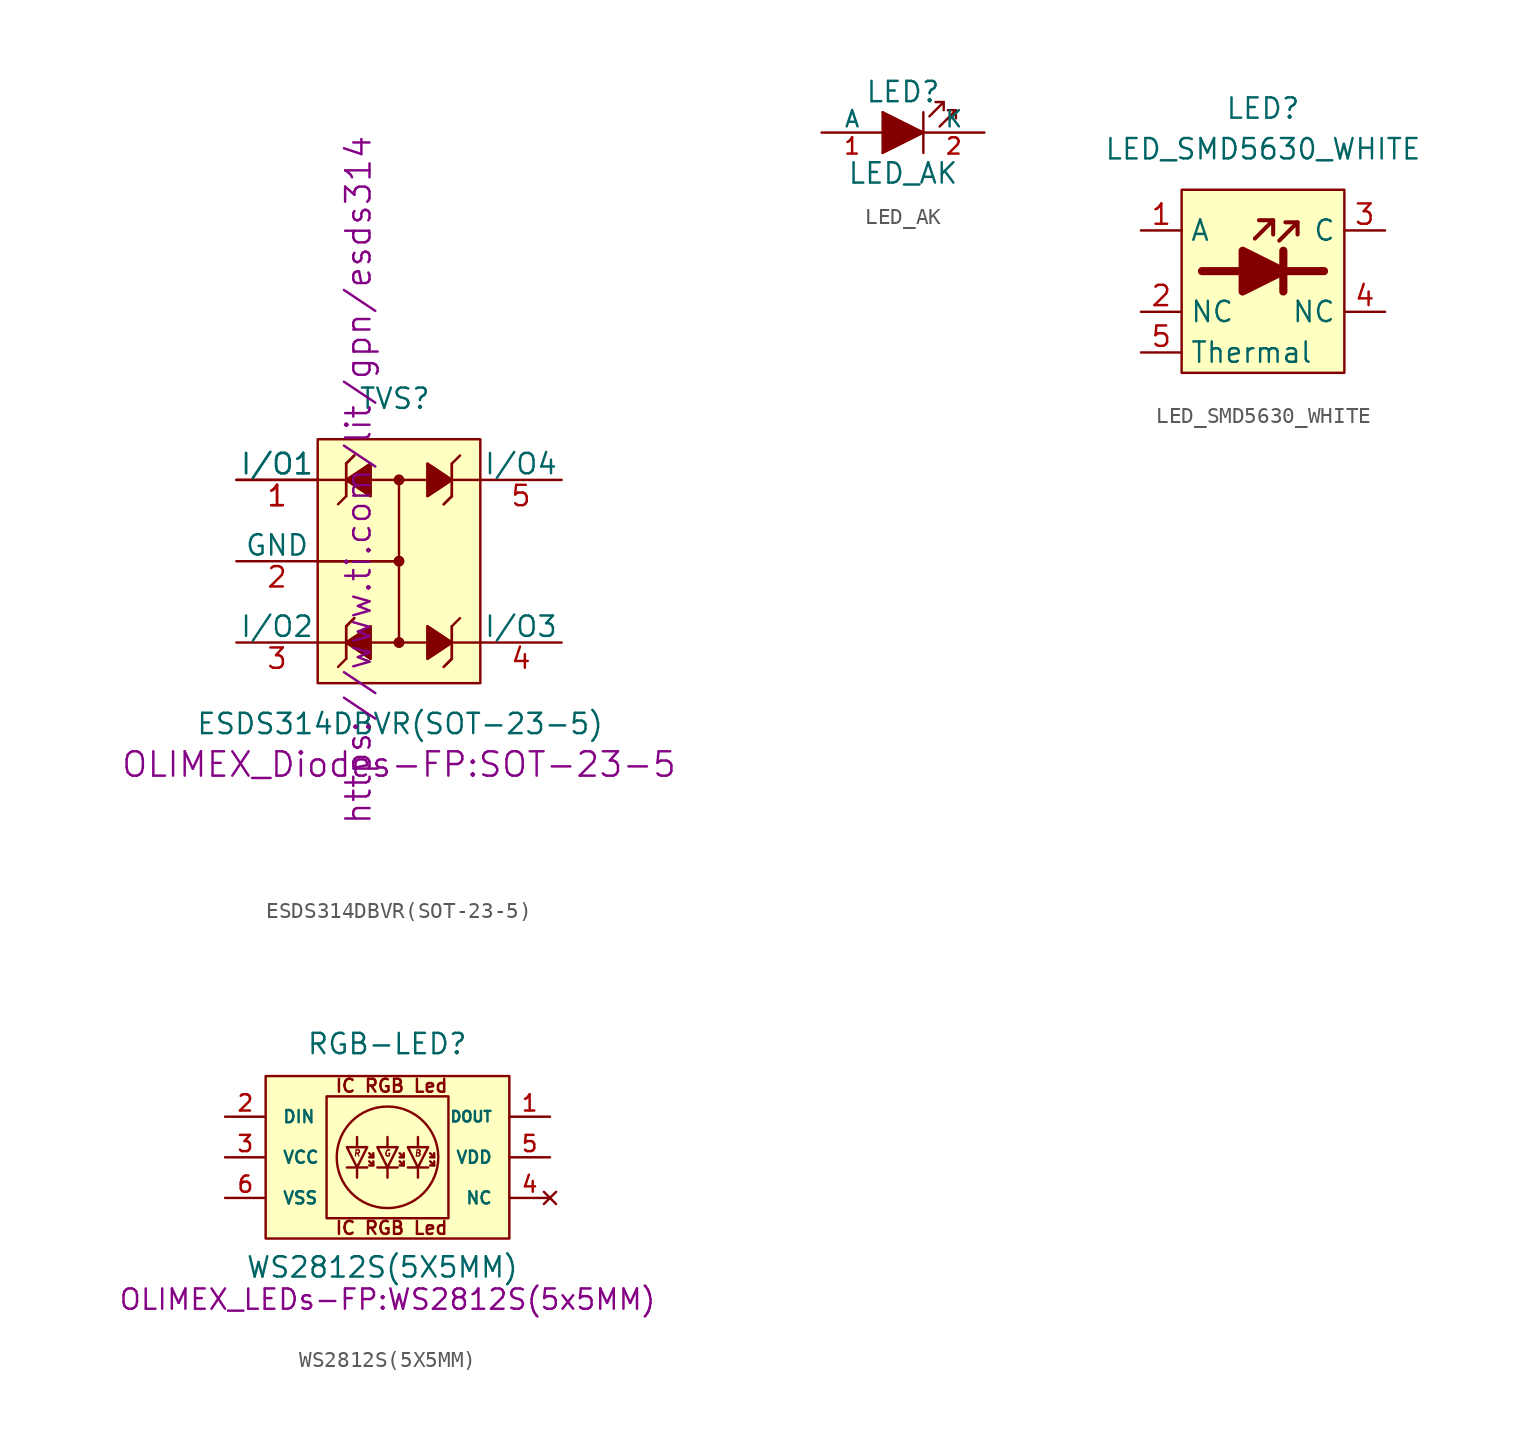
<source format=kicad_sym>
(kicad_symbol_lib
  (version 20211014)
  (generator kicad_symbol_editor)
  (symbol "ESDS314DBVR(SOT-23-5)"
    (pin_names
      (offset 0))
    (property "Reference" "TVS"
      (at -2.54 10.16 0)
      (effects (font (size 1.27 1.27)) (justify left)))
    (property "Value" "ESDS314DBVR(SOT-23-5)"
      (at -12.7 -10.16 0)
      (effects (font (size 1.27 1.27)) (justify left)))
    (property "Footprint" "OLIMEX_Diodes-FP:SOT-23-5"
      (at 0 -12.7 0)
      (effects (font (size 1.524 1.524))))
    (property "Datasheet" "https://www.ti.com/lit/gpn/esds314"
      (at -2.54 5.08 90)
      (effects (font (size 1.524 1.524))))
    (symbol "ESDS314DBVR(SOT-23-5)_0_1"
      (rectangle (start -5.08 7.62) (end 5.08 -7.62) (stroke (width 0) (type default) (color 0 0 0 0)) (fill (type background)))
      (circle (center 0 -5.08) (radius 0.254) (stroke (width 0) (type default) (color 0 0 0 0)) (fill (type outline)))
      (circle (center 0 -5.08) (radius 0.254) (stroke (width 0) (type default) (color 0 0 0 0)) (fill (type outline)))
      (polyline (pts (xy -5.08 5.08) (xy 5.08 5.08)) (stroke (width 0) (type default) (color 0 0 0 0)) (fill (type none)))
      (polyline (pts (xy -3.302 -6.096) (xy -3.81 -6.604)) (stroke (width 0) (type default) (color 0 0 0 0)) (fill (type none)))
      (polyline (pts (xy -3.302 -6.096) (xy -3.302 -4.064)) (stroke (width 0) (type default) (color 0 0 0 0)) (fill (type none)))
      (polyline (pts (xy -3.302 -6.096) (xy -3.302 -4.064)) (stroke (width 0) (type default) (color 0 0 0 0)) (fill (type none)))
      (polyline (pts (xy -3.302 -4.064) (xy -3.302 -4.064)) (stroke (width 0) (type default) (color 0 0 0 0)) (fill (type none)))
      (polyline (pts (xy -3.302 -4.064) (xy -3.302 -4.064)) (stroke (width 0) (type default) (color 0 0 0 0)) (fill (type none)))
      (polyline (pts (xy -3.302 -4.064) (xy -2.794 -3.556)) (stroke (width 0) (type default) (color 0 0 0 0)) (fill (type none)))
      (polyline (pts (xy -3.302 -4.064) (xy -2.794 -3.556)) (stroke (width 0) (type default) (color 0 0 0 0)) (fill (type none)))
      (polyline (pts (xy -3.302 4.064) (xy -3.81 3.556)) (stroke (width 0) (type default) (color 0 0 0 0)) (fill (type none)))
      (polyline (pts (xy -3.302 4.064) (xy -3.302 6.096)) (stroke (width 0) (type default) (color 0 0 0 0)) (fill (type none)))
      (polyline (pts (xy -3.302 4.064) (xy -3.302 6.096)) (stroke (width 0) (type default) (color 0 0 0 0)) (fill (type none)))
      (polyline (pts (xy -3.302 6.096) (xy -3.302 6.096)) (stroke (width 0) (type default) (color 0 0 0 0)) (fill (type none)))
      (polyline (pts (xy -3.302 6.096) (xy -3.302 6.096)) (stroke (width 0) (type default) (color 0 0 0 0)) (fill (type none)))
      (polyline (pts (xy -3.302 6.096) (xy -2.794 6.604)) (stroke (width 0) (type default) (color 0 0 0 0)) (fill (type none)))
      (polyline (pts (xy -3.302 6.096) (xy -2.794 6.604)) (stroke (width 0) (type default) (color 0 0 0 0)) (fill (type none)))
      (polyline (pts (xy 0 0) (xy -5.08 0)) (stroke (width 0) (type default) (color 0 0 0 0)) (fill (type none)))
      (polyline (pts (xy 0 0) (xy -5.08 0)) (stroke (width 0) (type default) (color 0 0 0 0)) (fill (type none)))
      (polyline (pts (xy 0 5.08) (xy 0 -5.08)) (stroke (width 0) (type default) (color 0 0 0 0)) (fill (type none)))
      (polyline (pts (xy 3.302 -6.096) (xy 2.794 -6.604)) (stroke (width 0) (type default) (color 0 0 0 0)) (fill (type none)))
      (polyline (pts (xy 3.302 -6.096) (xy 2.794 -6.604)) (stroke (width 0) (type default) (color 0 0 0 0)) (fill (type none)))
      (polyline (pts (xy 3.302 -6.096) (xy 3.302 -6.096)) (stroke (width 0) (type default) (color 0 0 0 0)) (fill (type none)))
      (polyline (pts (xy 3.302 -6.096) (xy 3.302 -6.096)) (stroke (width 0) (type default) (color 0 0 0 0)) (fill (type none)))
      (polyline (pts (xy 3.302 -4.064) (xy 3.302 -6.096)) (stroke (width 0) (type default) (color 0 0 0 0)) (fill (type none)))
      (polyline (pts (xy 3.302 -4.064) (xy 3.302 -6.096)) (stroke (width 0) (type default) (color 0 0 0 0)) (fill (type none)))
      (polyline (pts (xy 3.302 -4.064) (xy 3.81 -3.556)) (stroke (width 0) (type default) (color 0 0 0 0)) (fill (type none)))
      (polyline (pts (xy 3.302 4.064) (xy 2.794 3.556)) (stroke (width 0) (type default) (color 0 0 0 0)) (fill (type none)))
      (polyline (pts (xy 3.302 4.064) (xy 2.794 3.556)) (stroke (width 0) (type default) (color 0 0 0 0)) (fill (type none)))
      (polyline (pts (xy 3.302 4.064) (xy 3.302 4.064)) (stroke (width 0) (type default) (color 0 0 0 0)) (fill (type none)))
      (polyline (pts (xy 3.302 4.064) (xy 3.302 4.064)) (stroke (width 0) (type default) (color 0 0 0 0)) (fill (type none)))
      (polyline (pts (xy 3.302 6.096) (xy 3.302 4.064)) (stroke (width 0) (type default) (color 0 0 0 0)) (fill (type none)))
      (polyline (pts (xy 3.302 6.096) (xy 3.302 4.064)) (stroke (width 0) (type default) (color 0 0 0 0)) (fill (type none)))
      (polyline (pts (xy 3.302 6.096) (xy 3.81 6.604)) (stroke (width 0) (type default) (color 0 0 0 0)) (fill (type none)))
      (polyline (pts (xy 5.08 -5.08) (xy -5.08 -5.08)) (stroke (width 0) (type default) (color 0 0 0 0)) (fill (type none)))
      (polyline (pts (xy -1.778 -6.096) (xy -3.302 -5.08) (xy -1.778 -4.064) (xy -1.778 -6.096)) (stroke (width 0) (type default) (color 0 0 0 0)) (fill (type outline)))
      (polyline (pts (xy -1.778 -6.096) (xy -3.302 -5.08) (xy -1.778 -4.064) (xy -1.778 -6.096)) (stroke (width 0) (type default) (color 0 0 0 0)) (fill (type outline)))
      (polyline (pts (xy -1.778 4.064) (xy -3.302 5.08) (xy -1.778 6.096) (xy -1.778 4.064)) (stroke (width 0) (type default) (color 0 0 0 0)) (fill (type outline)))
      (polyline (pts (xy -1.778 4.064) (xy -3.302 5.08) (xy -1.778 6.096) (xy -1.778 4.064)) (stroke (width 0) (type default) (color 0 0 0 0)) (fill (type outline)))
      (polyline (pts (xy 1.778 -4.064) (xy 3.302 -5.08) (xy 1.778 -6.096) (xy 1.778 -4.064)) (stroke (width 0) (type default) (color 0 0 0 0)) (fill (type outline)))
      (polyline (pts (xy 1.778 -4.064) (xy 3.302 -5.08) (xy 1.778 -6.096) (xy 1.778 -4.064)) (stroke (width 0) (type default) (color 0 0 0 0)) (fill (type outline)))
      (polyline (pts (xy 1.778 6.096) (xy 3.302 5.08) (xy 1.778 4.064) (xy 1.778 6.096)) (stroke (width 0) (type default) (color 0 0 0 0)) (fill (type outline)))
      (polyline (pts (xy 1.778 6.096) (xy 3.302 5.08) (xy 1.778 4.064) (xy 1.778 6.096)) (stroke (width 0) (type default) (color 0 0 0 0)) (fill (type outline)))
      (circle (center 0 0) (radius 0.254) (stroke (width 0) (type default) (color 0 0 0 0)) (fill (type outline)))
      (circle (center 0 0) (radius 0.254) (stroke (width 0) (type default) (color 0 0 0 0)) (fill (type outline)))
      (circle (center 0 5.08) (radius 0.254) (stroke (width 0) (type default) (color 0 0 0 0)) (fill (type outline)))
      (circle (center 0 5.08) (radius 0.254) (stroke (width 0) (type default) (color 0 0 0 0)) (fill (type outline))))
    (symbol "ESDS314DBVR(SOT-23-5)_1_1"
      (pin passive line (at -10.16 5.08 0) (length 5.08) (name "I/O1" (effects (font (size 1.27 1.27)))) (number "1" (effects (font (size 1.27 1.27)))))
      (pin passive line (at -10.16 5.08 0) (length 5.08) (name "I/O1" (effects (font (size 1.27 1.27)))) (number "1" (effects (font (size 1.27 1.27)))))
      (pin passive line (at -10.16 0 0) (length 5.08) (name "GND" (effects (font (size 1.27 1.27)))) (number "2" (effects (font (size 1.27 1.27)))))
      (pin passive line (at -10.16 -5.08 0) (length 5.08) (name "I/O2" (effects (font (size 1.27 1.27)))) (number "3" (effects (font (size 1.27 1.27)))))
      (pin passive line (at 10.16 -5.08 180) (length 5.08) (name "I/O3" (effects (font (size 1.27 1.27)))) (number "4" (effects (font (size 1.27 1.27)))))
      (pin passive line (at 10.16 5.08 180) (length 5.08) (name "I/O4" (effects (font (size 1.27 1.27)))) (number "5" (effects (font (size 1.27 1.27)))))))
  (symbol "LED_AK"
    (pin_names
      (offset 0))
    (property "Reference" "LED"
      (at 0 2.54 0)
      (effects (font (size 1.27 1.27))))
    (property "Value" "LED_AK"
      (at 0 -2.54 0)
      (effects (font (size 1.27 1.27))))
    (property "Footprint" ""
      (at 0 0 0)
      (effects (font (size 1.524 1.524))))
    (property "Datasheet" ""
      (at 0 0 0)
      (effects (font (size 1.524 1.524))))
    (symbol "LED_AK_0_1"
      (rectangle (start -1.27 1.27) (end -1.27 -1.27) (stroke (width 0) (type default) (color 0 0 0 0)) (fill (type none)))
      (polyline (pts (xy 1.27 -1.27) (xy 1.27 1.27)) (stroke (width 0) (type default) (color 0 0 0 0)) (fill (type none)))
      (polyline (pts (xy 2.54 1.905) (xy 2.032 1.905)) (stroke (width 0) (type default) (color 0 0 0 0)) (fill (type none)))
      (polyline (pts (xy 3.302 1.397) (xy 3.302 0.889)) (stroke (width 0) (type default) (color 0 0 0 0)) (fill (type none)))
      (polyline (pts (xy -1.27 -1.27) (xy 1.27 0) (xy -1.27 1.27)) (stroke (width 0) (type default) (color 0 0 0 0)) (fill (type outline)))
      (polyline (pts (xy 1.651 1.016) (xy 2.54 1.905) (xy 2.54 1.397)) (stroke (width 0) (type default) (color 0 0 0 0)) (fill (type none)))
      (polyline (pts (xy 2.286 0.381) (xy 3.302 1.397) (xy 2.794 1.397)) (stroke (width 0) (type default) (color 0 0 0 0)) (fill (type none))))
    (symbol "LED_AK_1_1"
      (pin passive line (at -5.08 0 0) (length 3.81) (name "A" (effects (font (size 1.016 1.016)))) (number "1" (effects (font (size 1.016 1.016)))))
      (pin passive line (at 5.08 0 180) (length 3.81) (name "K" (effects (font (size 1.016 1.016)))) (number "2" (effects (font (size 1.016 1.016)))))))
  (symbol "LED_SMD5630_WHITE"
    (property "Reference" "LED"
      (at 0 10.16 0)
      (effects (font (size 1.27 1.27))))
    (property "Value" "LED_SMD5630_WHITE"
      (at 0 7.62 0)
      (effects (font (size 1.27 1.27))))
    (symbol "LED_SMD5630_WHITE_0_1"
      (polyline (pts (xy 1.27 1.27) (xy 1.27 -1.27)) (stroke (width 0.508) (type default) (color 0 0 0 0)) (fill (type none)))
      (polyline (pts (xy -1.27 1.27) (xy -1.27 -1.27) (xy 1.27 0) (xy -1.27 1.27)) (stroke (width 0.508) (type default) (color 0 0 0 0)) (fill (type outline))))
    (symbol "LED_SMD5630_WHITE_1_1"
      (rectangle (start -5.08 5.08) (end 5.08 -6.35) (stroke (width 0) (type default) (color 0 0 0 0)) (fill (type background)))
      (polyline (pts (xy -1.27 0) (xy -3.81 0)) (stroke (width 0.508) (type default) (color 0 0 0 0)) (fill (type none)))
      (polyline (pts (xy 0.635 3.175) (xy -0.254 3.175)) (stroke (width 0.254) (type default) (color 0 0 0 0)) (fill (type none)))
      (polyline (pts (xy 1.27 0) (xy 3.81 0)) (stroke (width 0.508) (type default) (color 0 0 0 0)) (fill (type none)))
      (polyline (pts (xy 2.159 3.048) (xy 1.397 3.048)) (stroke (width 0.254) (type default) (color 0 0 0 0)) (fill (type none)))
      (polyline (pts (xy -0.508 2.032) (xy 0.635 3.175) (xy 0.635 2.286)) (stroke (width 0.254) (type default) (color 0 0 0 0)) (fill (type none)))
      (polyline (pts (xy 1.016 1.905) (xy 2.159 3.048) (xy 2.159 2.286)) (stroke (width 0.254) (type default) (color 0 0 0 0)) (fill (type none)))
      (pin passive line (at -7.62 2.54 0) (length 2.54) (name "A" (effects (font (size 1.27 1.27)))) (number "1" (effects (font (size 1.27 1.27)))))
      (pin passive line (at -7.62 -2.54 0) (length 2.54) (name "NC" (effects (font (size 1.27 1.27)))) (number "2" (effects (font (size 1.27 1.27)))))
      (pin passive line (at 7.62 2.54 180) (length 2.54) (name "C" (effects (font (size 1.27 1.27)))) (number "3" (effects (font (size 1.27 1.27)))))
      (pin passive line (at 7.62 -2.54 180) (length 2.54) (name "NC" (effects (font (size 1.27 1.27)))) (number "4" (effects (font (size 1.27 1.27)))))
      (pin passive line (at -7.62 -5.08 0) (length 2.54) (name "Thermal" (effects (font (size 1.27 1.27)))) (number "5" (effects (font (size 1.27 1.27)))))))
  (symbol "WS2812S(5X5MM)"
    (pin_names
      (offset 1.016))
    (property "Reference" "RGB-LED"
      (at -5.08 6.35 0)
      (effects (font (size 1.27 1.27)) (justify left bottom)))
    (property "Value" "WS2812S(5X5MM)"
      (at -8.89 -7.62 0)
      (effects (font (size 1.27 1.27)) (justify left bottom)))
    (property "Footprint" "OLIMEX_LEDs-FP:WS2812S(5x5MM)"
      (at 0 -8.89 0)
      (effects (font (size 1.27 1.27))))
    (property "Datasheet" ""
      (at 0 0 0)
      (effects (font (size 1.27 1.27))))
    (symbol "WS2812S(5X5MM)_0_0"
      (rectangle (start -3.81 3.81) (end 3.81 -3.81) (stroke (width 0) (type default) (color 0 0 0 0)) (fill (type none)))
      (text "B" (at 1.905 0.254 0) (effects (font (size 0.381 0.381) bold italic)))
      (text "G" (at 0 0.254 0) (effects (font (size 0.381 0.381) bold italic)))
      (text "R" (at -1.905 0.254 0) (effects (font (size 0.381 0.381) bold italic))))
    (symbol "WS2812S(5X5MM)_1_0"
      (rectangle (start -7.62 5.08) (end 7.62 -5.08) (stroke (width 0) (type default) (color 0 0 0 0)) (fill (type background)))
      (polyline (pts (xy -2.54 -0.635) (xy -1.27 -0.635)) (stroke (width 0) (type default) (color 0 0 0 0)) (fill (type none)))
      (polyline (pts (xy -1.905 -0.635) (xy -1.905 -1.27)) (stroke (width 0) (type default) (color 0 0 0 0)) (fill (type none)))
      (polyline (pts (xy -1.905 0.635) (xy -1.905 1.27)) (stroke (width 0) (type default) (color 0 0 0 0)) (fill (type none)))
      (polyline (pts (xy -0.889 -0.508) (xy -1.143 -0.508)) (stroke (width 0) (type default) (color 0 0 0 0)) (fill (type none)))
      (polyline (pts (xy -0.889 0) (xy -0.889 0.254)) (stroke (width 0) (type default) (color 0 0 0 0)) (fill (type none)))
      (polyline (pts (xy -0.635 -0.635) (xy 0.635 -0.635)) (stroke (width 0) (type default) (color 0 0 0 0)) (fill (type none)))
      (polyline (pts (xy 0 -0.635) (xy 0 -1.27)) (stroke (width 0) (type default) (color 0 0 0 0)) (fill (type none)))
      (polyline (pts (xy 0 0.635) (xy 0 1.27)) (stroke (width 0) (type default) (color 0 0 0 0)) (fill (type none)))
      (polyline (pts (xy 1.016 -0.508) (xy 0.762 -0.508)) (stroke (width 0) (type default) (color 0 0 0 0)) (fill (type none)))
      (polyline (pts (xy 1.016 0) (xy 1.016 0.254)) (stroke (width 0) (type default) (color 0 0 0 0)) (fill (type none)))
      (polyline (pts (xy 1.27 -0.635) (xy 2.54 -0.635)) (stroke (width 0) (type default) (color 0 0 0 0)) (fill (type none)))
      (polyline (pts (xy 1.905 -0.635) (xy 1.905 -1.27)) (stroke (width 0) (type default) (color 0 0 0 0)) (fill (type none)))
      (polyline (pts (xy 1.905 0.635) (xy 1.905 1.27)) (stroke (width 0) (type default) (color 0 0 0 0)) (fill (type none)))
      (polyline (pts (xy 2.921 -0.508) (xy 2.667 -0.508)) (stroke (width 0) (type default) (color 0 0 0 0)) (fill (type none)))
      (polyline (pts (xy 2.921 0) (xy 2.921 0.254)) (stroke (width 0) (type default) (color 0 0 0 0)) (fill (type none)))
      (polyline (pts (xy -1.143 -0.254) (xy -0.889 -0.508) (xy -0.889 -0.254)) (stroke (width 0) (type default) (color 0 0 0 0)) (fill (type none)))
      (polyline (pts (xy -1.143 0.254) (xy -0.889 0) (xy -1.143 0)) (stroke (width 0) (type default) (color 0 0 0 0)) (fill (type none)))
      (polyline (pts (xy 0.762 -0.254) (xy 1.016 -0.508) (xy 1.016 -0.254)) (stroke (width 0) (type default) (color 0 0 0 0)) (fill (type none)))
      (polyline (pts (xy 0.762 0.254) (xy 1.016 0) (xy 0.762 0)) (stroke (width 0) (type default) (color 0 0 0 0)) (fill (type none)))
      (polyline (pts (xy 2.667 -0.254) (xy 2.921 -0.508) (xy 2.921 -0.254)) (stroke (width 0) (type default) (color 0 0 0 0)) (fill (type none)))
      (polyline (pts (xy 2.667 0.254) (xy 2.921 0) (xy 2.667 0)) (stroke (width 0) (type default) (color 0 0 0 0)) (fill (type none)))
      (polyline (pts (xy -2.54 0.635) (xy -1.27 0.635) (xy -1.905 -0.635) (xy -2.54 0.635)) (stroke (width 0) (type default) (color 0 0 0 0)) (fill (type none)))
      (polyline (pts (xy -0.635 0.635) (xy 0.635 0.635) (xy 0 -0.635) (xy -0.635 0.635)) (stroke (width 0) (type default) (color 0 0 0 0)) (fill (type none)))
      (polyline (pts (xy 1.27 0.635) (xy 2.54 0.635) (xy 1.905 -0.635) (xy 1.27 0.635)) (stroke (width 0) (type default) (color 0 0 0 0)) (fill (type none)))
      (text "IC RGB Led" (at 0.254 -4.42 0) (effects (font (size 0.813 0.813))))
      (text "IC RGB Led" (at 0.254 4.47 0) (effects (font (size 0.813 0.813)))))
    (symbol "WS2812S(5X5MM)_1_1"
      (circle (center 0 0) (radius 3.175) (stroke (width 0) (type default) (color 0 0 0 0)) (fill (type none)))
      (pin output line (at 10.16 2.54 180) (length 2.54) (name "DOUT" (effects (font (size 0.66 0.66)))) (number "1" (effects (font (size 1.016 1.016)))))
      (pin input line (at -10.16 2.54 0) (length 2.54) (name "DIN" (effects (font (size 0.762 0.762)))) (number "2" (effects (font (size 1.016 1.016)))))
      (pin power_in line (at -10.16 0 0) (length 2.54) (name "VCC" (effects (font (size 0.762 0.762)))) (number "3" (effects (font (size 1.016 1.016)))))
      (pin no_connect line (at 10.16 -2.54 180) (length 2.54) (name "NC" (effects (font (size 0.762 0.762)))) (number "4" (effects (font (size 1.016 1.016)))))
      (pin power_in line (at 10.16 0 180) (length 2.54) (name "VDD" (effects (font (size 0.762 0.762)))) (number "5" (effects (font (size 1.016 1.016)))))
      (pin power_in line (at -10.16 -2.54 0) (length 2.54) (name "VSS" (effects (font (size 0.762 0.762)))) (number "6" (effects (font (size 1.016 1.016))))))))
</source>
